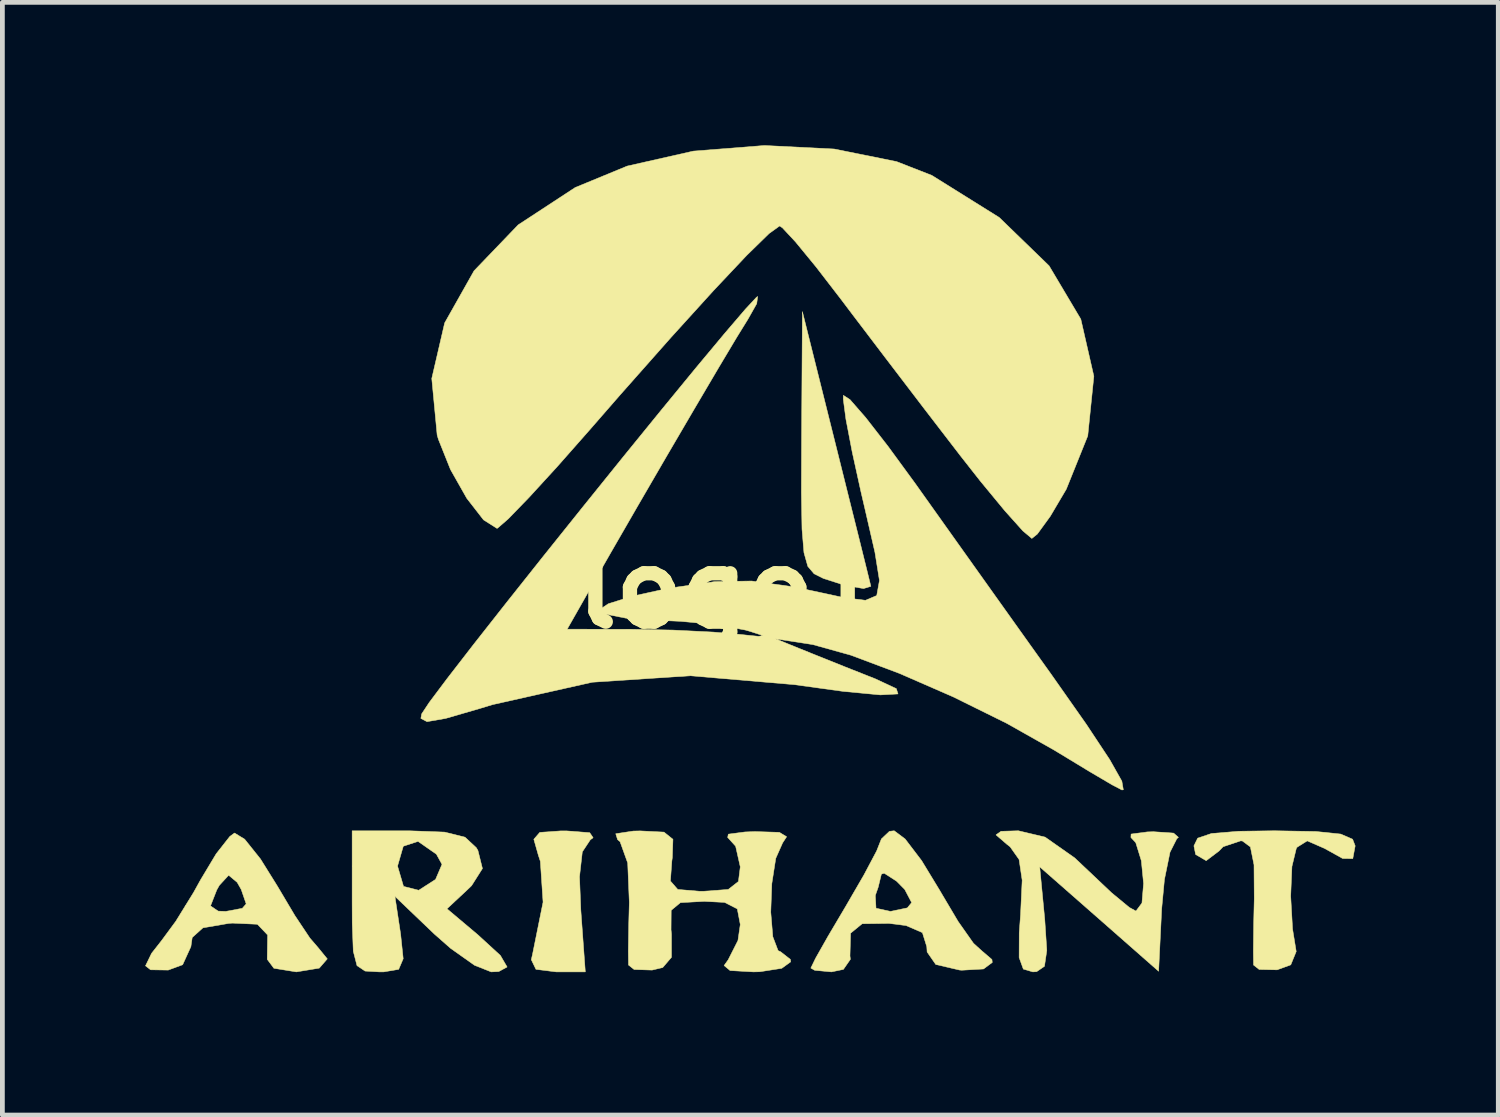
<source format=kicad_pcb>
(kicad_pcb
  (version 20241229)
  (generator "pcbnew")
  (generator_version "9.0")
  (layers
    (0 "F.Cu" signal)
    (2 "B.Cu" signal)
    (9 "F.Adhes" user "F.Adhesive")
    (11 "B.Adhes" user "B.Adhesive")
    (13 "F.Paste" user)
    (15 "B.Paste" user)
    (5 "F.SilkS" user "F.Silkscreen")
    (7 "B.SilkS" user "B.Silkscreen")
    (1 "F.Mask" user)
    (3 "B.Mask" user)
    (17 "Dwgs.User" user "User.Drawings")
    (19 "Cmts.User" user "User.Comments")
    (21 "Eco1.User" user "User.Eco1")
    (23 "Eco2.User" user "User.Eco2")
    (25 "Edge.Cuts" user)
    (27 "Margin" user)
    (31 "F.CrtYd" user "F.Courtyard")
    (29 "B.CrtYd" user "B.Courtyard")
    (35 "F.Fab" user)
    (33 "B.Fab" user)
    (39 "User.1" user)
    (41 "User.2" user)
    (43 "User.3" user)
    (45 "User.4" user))
  (footprint "logo1"
    (layer "F.Cu")
    (at 12.282 9.314)
    (property "Reference" "logo1" (at 0 0 0) (layer "F.SilkS") (effects (font (size 1.524 1.524) (thickness 0.3))))
    (attr through_hole)
    (fp_poly (pts (xy 2.23 -2.963) (xy 2.488 -1.928) (xy 2.707 -1.052) (xy 2.866 -0.411) (xy 2.947 -0.081) (xy 2.954 -0.053) (xy 2.801 -0.006) (xy 2.409 -0.073) (xy 1.958 -0.218) (xy 1.762 -0.316) (xy 1.63 -0.472) (xy 1.549 -0.76) (xy 1.508 -1.253) (xy 1.495 -2.024) (xy 1.499 -3.115) (xy 1.516 -5.821) (xy 2.23 -2.963)) (stroke (width 0.01) (type solid)) (fill yes) (layer "F.SilkS"))
    (fp_poly (pts (xy -3.434 5.083) (xy -2.95 5.12) (xy -2.878 5.225) (xy -2.938 5.271) (xy -3.105 5.523) (xy -3.164 6.045) (xy -3.136 6.75) (xy -3.042 8.043) (xy -3.652 8.043) (xy -4.078 7.99) (xy -4.176 7.787) (xy -4.15 7.673) (xy -3.929 6.579) (xy -3.986 5.722) (xy -4.028 5.594) (xy -4.123 5.258) (xy -3.998 5.114) (xy -3.56 5.083) (xy -3.434 5.083)) (stroke (width 0.01) (type solid)) (fill yes) (layer "F.SilkS"))
    (fp_poly (pts (xy 12.299 5.095) (xy 12.82 5.149) (xy 13.069 5.257) (xy 13.123 5.397) (xy 13.073 5.665) (xy 12.86 5.662) (xy 12.479 5.45) (xy 12.116 5.292) (xy 11.904 5.425) (xy 11.887 5.45) (xy 11.795 5.83) (xy 11.769 6.452) (xy 11.808 7.141) (xy 11.885 7.615) (xy 11.771 7.895) (xy 11.483 8) (xy 11.107 7.992) (xy 10.989 7.899) (xy 10.985 7.607) (xy 10.992 7.033) (xy 11.004 6.509) (xy 10.999 5.796) (xy 10.923 5.419) (xy 10.754 5.294) (xy 10.717 5.292) (xy 10.35 5.415) (xy 10.266 5.503) (xy 9.995 5.708) (xy 9.773 5.578) (xy 9.737 5.397) (xy 9.816 5.235) (xy 10.106 5.137) (xy 10.68 5.09) (xy 11.43 5.08) (xy 12.299 5.095)) (stroke (width 0.01) (type solid)) (fill yes) (layer "F.SilkS"))
    (fp_poly (pts (xy 6.612 5.213) (xy 7.233 5.649) (xy 7.52 5.92) (xy 8.007 6.381) (xy 8.38 6.689) (xy 8.52 6.766) (xy 8.646 6.597) (xy 8.68 6.188) (xy 8.633 5.709) (xy 8.516 5.33) (xy 8.414 5.22) (xy 8.418 5.149) (xy 8.758 5.104) (xy 8.89 5.1) (xy 9.311 5.129) (xy 9.412 5.218) (xy 9.378 5.247) (xy 9.235 5.53) (xy 9.118 6.103) (xy 9.06 6.719) (xy 8.996 8.03) (xy 7.748 6.933) (xy 6.499 5.837) (xy 6.605 6.94) (xy 6.648 7.593) (xy 6.599 7.926) (xy 6.435 8.038) (xy 6.354 8.043) (xy 6.155 7.984) (xy 6.067 7.742) (xy 6.069 7.222) (xy 6.097 6.845) (xy 6.131 6.118) (xy 6.066 5.683) (xy 5.878 5.417) (xy 5.809 5.363) (xy 5.581 5.166) (xy 5.687 5.091) (xy 6.051 5.08) (xy 6.612 5.213)) (stroke (width 0.01) (type solid)) (fill yes) (layer "F.SilkS"))
    (fp_poly (pts (xy -5.996 5.108) (xy -5.568 5.215) (xy -5.331 5.435) (xy -5.297 5.493) (xy -5.202 5.873) (xy -5.43 6.233) (xy -5.512 6.312) (xy -5.947 6.718) (xy -5.302 7.261) (xy -4.826 7.697) (xy -4.684 7.94) (xy -4.86 8.036) (xy -5.018 8.043) (xy -5.367 7.905) (xy -5.87 7.549) (xy -6.21 7.25) (xy -7.04 6.456) (xy -6.92 7.25) (xy -6.866 7.767) (xy -6.961 7.99) (xy -7.276 8.043) (xy -7.369 8.043) (xy -7.666 8.026) (xy -7.836 7.912) (xy -7.914 7.609) (xy -7.936 7.024) (xy -7.938 6.562) (xy -7.938 5.821) (xy -6.985 5.821) (xy -6.859 6.248) (xy -6.54 6.329) (xy -6.186 6.101) (xy -6.051 5.785) (xy -6.169 5.572) (xy -6.554 5.303) (xy -6.864 5.404) (xy -6.985 5.821) (xy -7.938 5.821) (xy -7.938 5.081) (xy -6.728 5.081) (xy -5.996 5.108)) (stroke (width 0.01) (type solid)) (fill yes) (layer "F.SilkS"))
    (fp_poly (pts (xy -10.195 5.257) (xy -9.863 5.672) (xy -9.515 6.23) (xy -9.14 6.861) (xy -8.826 7.332) (xy -8.658 7.527) (xy -8.46 7.77) (xy -8.628 7.964) (xy -9.108 8.043) (xy -9.111 8.043) (xy -9.581 7.967) (xy -9.721 7.779) (xy -9.713 7.268) (xy -9.927 7.043) (xy -10.451 7.019) (xy -10.53 7.025) (xy -11.071 7.118) (xy -11.296 7.321) (xy -11.324 7.514) (xy -11.497 7.893) (xy -11.8 8.005) (xy -12.17 7.999) (xy -12.277 7.916) (xy -12.149 7.653) (xy -11.942 7.389) (xy -11.64 6.979) (xy -11.442 6.658) (xy -10.912 6.658) (xy -10.75 6.767) (xy -10.591 6.773) (xy -10.244 6.708) (xy -10.163 6.615) (xy -10.267 6.313) (xy -10.352 6.163) (xy -10.531 6.014) (xy -10.726 6.225) (xy -10.78 6.321) (xy -10.912 6.658) (xy -11.442 6.658) (xy -11.269 6.378) (xy -11.121 6.111) (xy -10.793 5.564) (xy -10.507 5.2) (xy -10.408 5.127) (xy -10.195 5.257)) (stroke (width 0.01) (type solid)) (fill yes) (layer "F.SilkS"))
    (fp_poly (pts (xy 2.186 -9.235) (xy 3.494 -8.971) (xy 4.233 -8.682) (xy 5.649 -7.798) (xy 6.696 -6.783) (xy 7.362 -5.663) (xy 7.636 -4.464) (xy 7.508 -3.212) (xy 7.057 -2.092) (xy 6.722 -1.525) (xy 6.449 -1.15) (xy 6.334 -1.058) (xy 6.146 -1.216) (xy 5.765 -1.641) (xy 5.251 -2.264) (xy 4.826 -2.805) (xy 4.087 -3.766) (xy 3.282 -4.821) (xy 2.548 -5.787) (xy 2.323 -6.085) (xy 1.801 -6.762) (xy 1.371 -7.286) (xy 1.096 -7.581) (xy 1.038 -7.62) (xy 0.817 -7.461) (xy 0.347 -7.002) (xy -0.346 -6.267) (xy -1.24 -5.282) (xy -2.313 -4.07) (xy -2.955 -3.333) (xy -3.637 -2.56) (xy -4.224 -1.919) (xy -4.659 -1.47) (xy -4.885 -1.274) (xy -4.898 -1.27) (xy -5.179 -1.448) (xy -5.531 -1.901) (xy -5.873 -2.505) (xy -6.127 -3.14) (xy -6.153 -3.228) (xy -6.266 -4.417) (xy -5.995 -5.584) (xy -5.378 -6.678) (xy -4.451 -7.643) (xy -3.254 -8.427) (xy -2.163 -8.877) (xy -0.774 -9.191) (xy 0.72 -9.309) (xy 2.186 -9.235)) (stroke (width 0.01) (type solid)) (fill yes) (layer "F.SilkS"))
    (fp_poly (pts (xy 3.674 5.253) (xy 4.019 5.706) (xy 4.406 6.342) (xy 4.41 6.35) (xy 4.787 6.986) (xy 5.108 7.442) (xy 5.304 7.62) (xy 5.306 7.62) (xy 5.496 7.783) (xy 5.503 7.845) (xy 5.319 7.982) (xy 4.862 8.008) (xy 4.815 8.004) (xy 4.317 7.888) (xy 4.135 7.625) (xy 4.128 7.514) (xy 4.036 7.219) (xy 3.692 7.07) (xy 3.334 7.025) (xy 2.771 7.032) (xy 2.528 7.231) (xy 2.515 7.707) (xy 2.524 7.779) (xy 2.377 7.991) (xy 2.126 8.043) (xy 1.776 8.01) (xy 1.693 7.963) (xy 1.794 7.755) (xy 2.059 7.287) (xy 2.43 6.66) (xy 2.434 6.653) (xy 2.558 6.439) (xy 3.047 6.439) (xy 3.062 6.706) (xy 3.364 6.773) (xy 3.72 6.699) (xy 3.81 6.588) (xy 3.665 6.312) (xy 3.493 6.138) (xy 3.235 5.972) (xy 3.175 5.989) (xy 3.108 6.264) (xy 3.047 6.439) (xy 2.558 6.439) (xy 2.808 6.008) (xy 3.075 5.504) (xy 3.175 5.251) (xy 3.343 5.092) (xy 3.444 5.08) (xy 3.674 5.253)) (stroke (width 0.01) (type solid)) (fill yes) (layer "F.SilkS"))
    (fp_poly (pts (xy -1.39 5.108) (xy -1.202 5.259) (xy -1.215 5.643) (xy -1.225 5.715) (xy -1.255 6.135) (xy -1.101 6.312) (xy -0.651 6.35) (xy -0.553 6.35) (xy -0.041 6.312) (xy 0.173 6.145) (xy 0.212 5.838) (xy 0.114 5.404) (xy -0.053 5.22) (xy -0.039 5.151) (xy 0.311 5.105) (xy 0.519 5.097) (xy 1.033 5.113) (xy 1.185 5.205) (xy 1.101 5.334) (xy 0.957 5.658) (xy 0.874 6.191) (xy 0.852 6.788) (xy 0.895 7.305) (xy 1.006 7.597) (xy 1.058 7.62) (xy 1.264 7.781) (xy 1.27 7.832) (xy 1.083 7.968) (xy 0.621 8.04) (xy 0.487 8.043) (xy -0.002 8.015) (xy -0.128 7.91) (xy -0.042 7.789) (xy 0.163 7.384) (xy 0.212 7.048) (xy 0.149 6.72) (xy -0.118 6.584) (xy -0.545 6.562) (xy -1.045 6.589) (xy -1.239 6.75) (xy -1.242 7.159) (xy -1.233 7.25) (xy -1.233 7.737) (xy -1.417 7.952) (xy -1.64 8.005) (xy -2.017 7.993) (xy -2.135 7.899) (xy -2.139 7.605) (xy -2.13 7.035) (xy -2.118 6.585) (xy -2.152 5.756) (xy -2.312 5.31) (xy -2.365 5.265) (xy -2.403 5.142) (xy -2.034 5.086) (xy -1.889 5.083) (xy -1.39 5.108)) (stroke (width 0.01) (type solid)) (fill yes) (layer "F.SilkS"))
    (fp_poly (pts (xy 0.557 -5.988) (xy 0.373 -5.662) (xy 0.143 -5.29) (xy -0.25 -4.632) (xy -0.759 -3.768) (xy -1.338 -2.779) (xy -1.938 -1.746) (xy -2.512 -0.751) (xy -2.911 -0.053) (xy -3.423 0.847) (xy -2.082 0.849) (xy -1.204 0.866) (xy -0.354 0.908) (xy 0.106 0.948) (xy 0.595 0.997) (xy 0.69 0.982) (xy 0.413 0.892) (xy 0.318 0.865) (xy -0.258 0.758) (xy -1.041 0.682) (xy -1.535 0.66) (xy -2.189 0.616) (xy -2.63 0.529) (xy -2.752 0.443) (xy -2.56 0.314) (xy -2.055 0.155) (xy -1.341 -0.002) (xy -1.265 -0.016) (xy -0.322 -0.152) (xy 0.452 -0.164) (xy 1.296 -0.047) (xy 1.699 0.036) (xy 2.391 0.185) (xy 2.84 0.241) (xy 3.077 0.141) (xy 3.134 -0.175) (xy 3.039 -0.768) (xy 2.825 -1.698) (xy 2.746 -2.037) (xy 2.561 -2.878) (xy 2.43 -3.562) (xy 2.374 -3.986) (xy 2.377 -4.063) (xy 2.515 -3.974) (xy 2.844 -3.597) (xy 3.316 -2.99) (xy 3.883 -2.215) (xy 3.91 -2.177) (xy 4.672 -1.106) (xy 5.521 0.086) (xy 6.328 1.218) (xy 6.735 1.787) (xy 7.477 2.843) (xy 7.969 3.586) (xy 8.224 4.038) (xy 8.255 4.219) (xy 8.225 4.223) (xy 8.021 4.116) (xy 7.553 3.841) (xy 6.915 3.454) (xy 6.808 3.389) (xy 5.807 2.824) (xy 4.684 2.269) (xy 3.554 1.776) (xy 2.534 1.393) (xy 1.741 1.172) (xy 1.644 1.156) (xy 0.953 1.05) (xy 1.693 1.35) (xy 2.381 1.626) (xy 3.025 1.881) (xy 3.046 1.889) (xy 3.488 2.095) (xy 3.524 2.207) (xy 3.153 2.227) (xy 2.373 2.153) (xy 1.341 2.011) (xy -0.84 1.825) (xy -2.896 1.961) (xy -4.992 2.432) (xy -5.255 2.512) (xy -5.975 2.721) (xy -6.366 2.789) (xy -6.495 2.721) (xy -6.478 2.626) (xy -6.32 2.387) (xy -5.942 1.883) (xy -5.387 1.166) (xy -4.697 0.289) (xy -3.916 -0.694) (xy -3.085 -1.731) (xy -2.248 -2.769) (xy -1.446 -3.755) (xy -0.722 -4.637) (xy -0.119 -5.36) (xy 0.32 -5.873) (xy 0.553 -6.123) (xy 0.577 -6.138) (xy 0.557 -5.988)) (stroke (width 0.01) (type solid)) (fill yes) (layer "F.SilkS")))
  (gr_rect
    (start -3 -3)
    (end 28.41 20.363)
    (stroke (width 0.1) (type default))
    (fill no)
    (layer "Edge.Cuts")))
</source>
